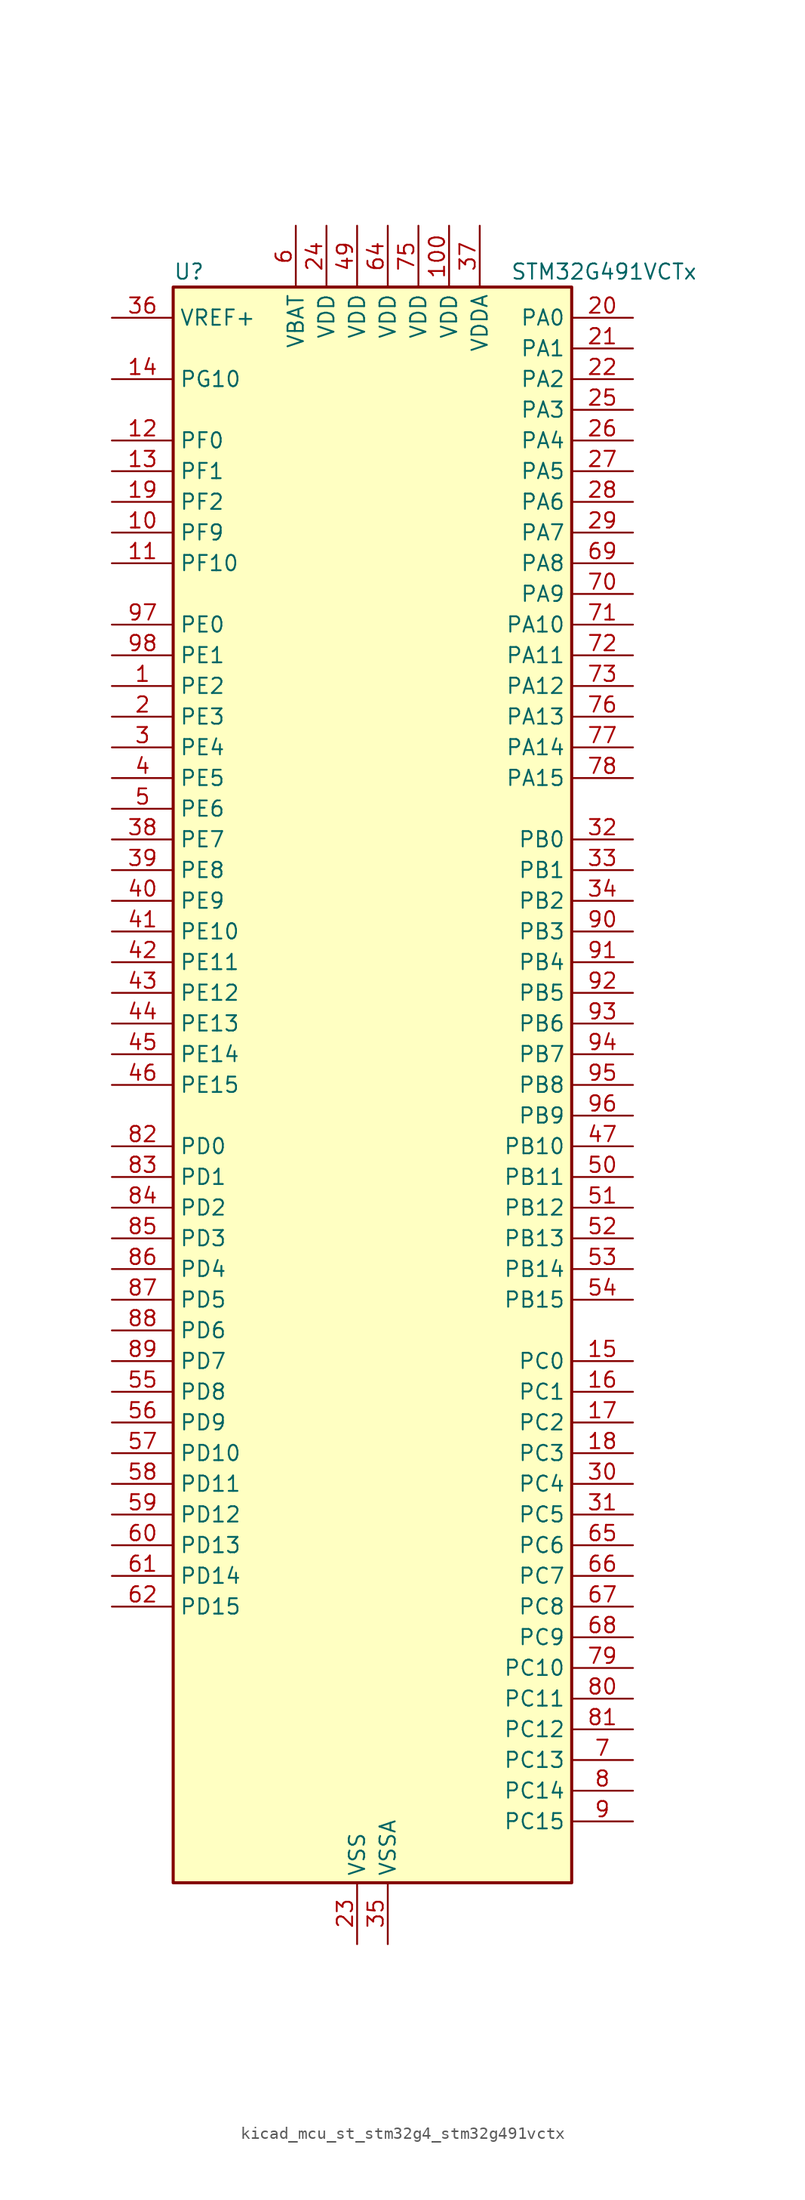
<source format=kicad_sym>
(kicad_symbol_lib
  (version 20220914)
  (generator kicad_symbol_editor)
  (symbol "kicad_mcu_st_stm32g4_stm32g491vctx"
    (property "Reference" "U"
      (at -15.24 67.31 0)
      (effects (font (size 1.27 1.27)) (justify left)))
    (property "Value" "STM32G491VCTx"
      (at 12.7 67.31 0)
      (effects (font (size 1.27 1.27)) (justify left)))
    (property "ki_locked" ""
      (at 0 0 0)
      (effects (font (size 1.27 1.27))))
    (symbol "kicad_mcu_st_stm32g4_stm32g491vctx_0_1"
      (rectangle (start -15.24 -66.04) (end 17.78 66.04) (stroke (width 0.254) (type default)) (fill (type background))))
    (symbol "kicad_mcu_st_stm32g4_stm32g491vctx_1_1"
      (pin bidirectional line (at -20.32 33.02 0) (length 5.08) (name "PE2" (effects (font (size 1.27 1.27)))) (number "1" (effects (font (size 1.27 1.27)))) (alternate "ADC3_EXTI2" bidirectional line) (alternate "SAI1_CK1" bidirectional line) (alternate "SAI1_MCLK_A" bidirectional line) (alternate "SYS_TRACECLK" bidirectional line) (alternate "TIM20_CH1" bidirectional line) (alternate "TIM3_CH1" bidirectional line))
      (pin bidirectional line (at -20.32 45.72 0) (length 5.08) (name "PF9" (effects (font (size 1.27 1.27)))) (number "10" (effects (font (size 1.27 1.27)))) (alternate "DAC1_EXTI9" bidirectional line) (alternate "DAC3_EXTI9" bidirectional line) (alternate "QUADSPI1_BK1_IO1" bidirectional line) (alternate "SAI1_FS_B" bidirectional line) (alternate "SPI2_SCK" bidirectional line) (alternate "TIM15_CH1" bidirectional line) (alternate "TIM20_BKIN" bidirectional line))
      (pin power_in line (at 7.62 71.12 270) (length 5.08) (name "VDD" (effects (font (size 1.27 1.27)))) (number "100" (effects (font (size 1.27 1.27)))))
      (pin bidirectional line (at -20.32 43.18 0) (length 5.08) (name "PF10" (effects (font (size 1.27 1.27)))) (number "11" (effects (font (size 1.27 1.27)))) (alternate "DAC1_EXTI10" bidirectional line) (alternate "DAC3_EXTI10" bidirectional line) (alternate "QUADSPI1_CLK" bidirectional line) (alternate "SAI1_D3" bidirectional line) (alternate "SPI2_SCK" bidirectional line) (alternate "TIM15_CH2" bidirectional line) (alternate "TIM20_BKIN2" bidirectional line))
      (pin bidirectional line (at -20.32 53.34 0) (length 5.08) (name "PF0" (effects (font (size 1.27 1.27)))) (number "12" (effects (font (size 1.27 1.27)))) (alternate "ADC1_IN10" bidirectional line) (alternate "I2C2_SDA" bidirectional line) (alternate "I2S2_WS" bidirectional line) (alternate "RCC_OSC_IN" bidirectional line) (alternate "SPI2_NSS" bidirectional line) (alternate "TIM1_CH3N" bidirectional line))
      (pin bidirectional line (at -20.32 50.8 0) (length 5.08) (name "PF1" (effects (font (size 1.27 1.27)))) (number "13" (effects (font (size 1.27 1.27)))) (alternate "ADC2_IN10" bidirectional line) (alternate "COMP3_INM" bidirectional line) (alternate "I2S2_CK" bidirectional line) (alternate "RCC_OSC_OUT" bidirectional line) (alternate "SPI2_SCK" bidirectional line))
      (pin bidirectional line (at -20.32 58.42 0) (length 5.08) (name "PG10" (effects (font (size 1.27 1.27)))) (number "14" (effects (font (size 1.27 1.27)))) (alternate "DAC1_EXTI10" bidirectional line) (alternate "DAC3_EXTI10" bidirectional line) (alternate "RCC_MCO" bidirectional line))
      (pin bidirectional line (at 22.86 -22.86 180) (length 5.08) (name "PC0" (effects (font (size 1.27 1.27)))) (number "15" (effects (font (size 1.27 1.27)))) (alternate "ADC1_IN6" bidirectional line) (alternate "ADC2_IN6" bidirectional line) (alternate "COMP3_INM" bidirectional line) (alternate "LPTIM1_IN1" bidirectional line) (alternate "LPUART1_RX" bidirectional line) (alternate "TIM1_CH1" bidirectional line))
      (pin bidirectional line (at 22.86 -25.4 180) (length 5.08) (name "PC1" (effects (font (size 1.27 1.27)))) (number "16" (effects (font (size 1.27 1.27)))) (alternate "ADC1_IN7" bidirectional line) (alternate "ADC2_IN7" bidirectional line) (alternate "COMP3_INP" bidirectional line) (alternate "LPTIM1_OUT" bidirectional line) (alternate "LPUART1_TX" bidirectional line) (alternate "QUADSPI1_BK2_IO0" bidirectional line) (alternate "SAI1_SD_A" bidirectional line) (alternate "TIM1_CH2" bidirectional line))
      (pin bidirectional line (at 22.86 -27.94 180) (length 5.08) (name "PC2" (effects (font (size 1.27 1.27)))) (number "17" (effects (font (size 1.27 1.27)))) (alternate "ADC1_IN8" bidirectional line) (alternate "ADC2_IN8" bidirectional line) (alternate "ADC3_EXTI2" bidirectional line) (alternate "COMP3_OUT" bidirectional line) (alternate "LPTIM1_IN2" bidirectional line) (alternate "QUADSPI1_BK2_IO1" bidirectional line) (alternate "TIM1_CH3" bidirectional line) (alternate "TIM20_CH2" bidirectional line))
      (pin bidirectional line (at 22.86 -30.48 180) (length 5.08) (name "PC3" (effects (font (size 1.27 1.27)))) (number "18" (effects (font (size 1.27 1.27)))) (alternate "ADC1_IN9" bidirectional line) (alternate "ADC2_IN9" bidirectional line) (alternate "ADC3_EXTI3" bidirectional line) (alternate "LPTIM1_ETR" bidirectional line) (alternate "QUADSPI1_BK2_IO2" bidirectional line) (alternate "SAI1_D1" bidirectional line) (alternate "SAI1_SD_A" bidirectional line) (alternate "TIM1_BKIN2" bidirectional line) (alternate "TIM1_CH4" bidirectional line))
      (pin bidirectional line (at -20.32 48.26 0) (length 5.08) (name "PF2" (effects (font (size 1.27 1.27)))) (number "19" (effects (font (size 1.27 1.27)))) (alternate "ADC3_EXTI2" bidirectional line) (alternate "I2C2_SMBA" bidirectional line) (alternate "TIM20_CH3" bidirectional line))
      (pin bidirectional line (at -20.32 30.48 0) (length 5.08) (name "PE3" (effects (font (size 1.27 1.27)))) (number "2" (effects (font (size 1.27 1.27)))) (alternate "ADC3_EXTI3" bidirectional line) (alternate "SAI1_SD_B" bidirectional line) (alternate "SYS_TRACED0" bidirectional line) (alternate "TIM20_CH2" bidirectional line) (alternate "TIM3_CH2" bidirectional line))
      (pin bidirectional line (at 22.86 63.5 180) (length 5.08) (name "PA0" (effects (font (size 1.27 1.27)))) (number "20" (effects (font (size 1.27 1.27)))) (alternate "ADC1_IN1" bidirectional line) (alternate "ADC2_IN1" bidirectional line) (alternate "COMP1_INM" bidirectional line) (alternate "COMP1_OUT" bidirectional line) (alternate "COMP3_INP" bidirectional line) (alternate "RTC_TAMP2" bidirectional line) (alternate "SYS_WKUP1" bidirectional line) (alternate "TIM2_CH1" bidirectional line) (alternate "TIM2_ETR" bidirectional line) (alternate "TIM8_BKIN" bidirectional line) (alternate "TIM8_ETR" bidirectional line) (alternate "USART2_CTS" bidirectional line) (alternate "USART2_NSS" bidirectional line))
      (pin bidirectional line (at 22.86 60.96 180) (length 5.08) (name "PA1" (effects (font (size 1.27 1.27)))) (number "21" (effects (font (size 1.27 1.27)))) (alternate "ADC1_IN2" bidirectional line) (alternate "ADC2_IN2" bidirectional line) (alternate "COMP1_INP" bidirectional line) (alternate "OPAMP1_VINP" bidirectional line) (alternate "OPAMP1_VINP_SEC" bidirectional line) (alternate "OPAMP3_VINP" bidirectional line) (alternate "OPAMP3_VINP_SEC" bidirectional line) (alternate "OPAMP6_VINM" bidirectional line) (alternate "OPAMP6_VINM0" bidirectional line) (alternate "OPAMP6_VINM_SEC" bidirectional line) (alternate "RTC_REFIN" bidirectional line) (alternate "TIM15_CH1N" bidirectional line) (alternate "TIM2_CH2" bidirectional line) (alternate "USART2_DE" bidirectional line) (alternate "USART2_RTS" bidirectional line))
      (pin bidirectional line (at 22.86 58.42 180) (length 5.08) (name "PA2" (effects (font (size 1.27 1.27)))) (number "22" (effects (font (size 1.27 1.27)))) (alternate "ADC1_IN3" bidirectional line) (alternate "ADC3_EXTI2" bidirectional line) (alternate "COMP2_INM" bidirectional line) (alternate "COMP2_OUT" bidirectional line) (alternate "LPUART1_TX" bidirectional line) (alternate "OPAMP1_VOUT" bidirectional line) (alternate "QUADSPI1_BK1_NCS" bidirectional line) (alternate "RCC_LSCO" bidirectional line) (alternate "SYS_WKUP4" bidirectional line) (alternate "TIM15_CH1" bidirectional line) (alternate "TIM2_CH3" bidirectional line) (alternate "UCPD1_FRSTX1" bidirectional line) (alternate "UCPD1_FRSTX2" bidirectional line) (alternate "USART2_TX" bidirectional line))
      (pin power_in line (at 0 -71.12 90) (length 5.08) (name "VSS" (effects (font (size 1.27 1.27)))) (number "23" (effects (font (size 1.27 1.27)))))
      (pin power_in line (at -2.54 71.12 270) (length 5.08) (name "VDD" (effects (font (size 1.27 1.27)))) (number "24" (effects (font (size 1.27 1.27)))))
      (pin bidirectional line (at 22.86 55.88 180) (length 5.08) (name "PA3" (effects (font (size 1.27 1.27)))) (number "25" (effects (font (size 1.27 1.27)))) (alternate "ADC1_IN4" bidirectional line) (alternate "ADC3_EXTI3" bidirectional line) (alternate "COMP2_INP" bidirectional line) (alternate "LPUART1_RX" bidirectional line) (alternate "OPAMP1_VINM" bidirectional line) (alternate "OPAMP1_VINM0" bidirectional line) (alternate "OPAMP1_VINM_SEC" bidirectional line) (alternate "OPAMP1_VINP" bidirectional line) (alternate "OPAMP1_VINP_SEC" bidirectional line) (alternate "QUADSPI1_CLK" bidirectional line) (alternate "SAI1_CK1" bidirectional line) (alternate "SAI1_MCLK_A" bidirectional line) (alternate "TIM15_CH2" bidirectional line) (alternate "TIM2_CH4" bidirectional line) (alternate "USART2_RX" bidirectional line))
      (pin bidirectional line (at 22.86 53.34 180) (length 5.08) (name "PA4" (effects (font (size 1.27 1.27)))) (number "26" (effects (font (size 1.27 1.27)))) (alternate "ADC2_IN17" bidirectional line) (alternate "COMP1_INM" bidirectional line) (alternate "DAC1_OUT1" bidirectional line) (alternate "I2S3_WS" bidirectional line) (alternate "SAI1_FS_B" bidirectional line) (alternate "SPI1_NSS" bidirectional line) (alternate "SPI3_NSS" bidirectional line) (alternate "TIM3_CH2" bidirectional line) (alternate "USART2_CK" bidirectional line))
      (pin bidirectional line (at 22.86 50.8 180) (length 5.08) (name "PA5" (effects (font (size 1.27 1.27)))) (number "27" (effects (font (size 1.27 1.27)))) (alternate "ADC2_IN13" bidirectional line) (alternate "COMP2_INM" bidirectional line) (alternate "DAC1_OUT2" bidirectional line) (alternate "OPAMP2_VINM" bidirectional line) (alternate "OPAMP2_VINM0" bidirectional line) (alternate "OPAMP2_VINM_SEC" bidirectional line) (alternate "SPI1_SCK" bidirectional line) (alternate "TIM2_CH1" bidirectional line) (alternate "TIM2_ETR" bidirectional line) (alternate "UCPD1_FRSTX1" bidirectional line) (alternate "UCPD1_FRSTX2" bidirectional line))
      (pin bidirectional line (at 22.86 48.26 180) (length 5.08) (name "PA6" (effects (font (size 1.27 1.27)))) (number "28" (effects (font (size 1.27 1.27)))) (alternate "ADC2_IN3" bidirectional line) (alternate "COMP1_OUT" bidirectional line) (alternate "LPUART1_CTS" bidirectional line) (alternate "OPAMP2_VOUT" bidirectional line) (alternate "QUADSPI1_BK1_IO3" bidirectional line) (alternate "SPI1_MISO" bidirectional line) (alternate "TIM16_CH1" bidirectional line) (alternate "TIM1_BKIN" bidirectional line) (alternate "TIM3_CH1" bidirectional line) (alternate "TIM8_BKIN" bidirectional line))
      (pin bidirectional line (at 22.86 45.72 180) (length 5.08) (name "PA7" (effects (font (size 1.27 1.27)))) (number "29" (effects (font (size 1.27 1.27)))) (alternate "ADC2_IN4" bidirectional line) (alternate "COMP2_INP" bidirectional line) (alternate "COMP2_OUT" bidirectional line) (alternate "OPAMP1_VINP" bidirectional line) (alternate "OPAMP1_VINP_SEC" bidirectional line) (alternate "OPAMP2_VINP" bidirectional line) (alternate "OPAMP2_VINP_SEC" bidirectional line) (alternate "QUADSPI1_BK1_IO2" bidirectional line) (alternate "SPI1_MOSI" bidirectional line) (alternate "TIM17_CH1" bidirectional line) (alternate "TIM1_CH1N" bidirectional line) (alternate "TIM3_CH2" bidirectional line) (alternate "TIM8_CH1N" bidirectional line) (alternate "UCPD1_FRSTX1" bidirectional line) (alternate "UCPD1_FRSTX2" bidirectional line))
      (pin bidirectional line (at -20.32 27.94 0) (length 5.08) (name "PE4" (effects (font (size 1.27 1.27)))) (number "3" (effects (font (size 1.27 1.27)))) (alternate "SAI1_D2" bidirectional line) (alternate "SAI1_FS_A" bidirectional line) (alternate "SYS_TRACED1" bidirectional line) (alternate "TIM20_CH1N" bidirectional line) (alternate "TIM3_CH3" bidirectional line))
      (pin bidirectional line (at 22.86 -33.02 180) (length 5.08) (name "PC4" (effects (font (size 1.27 1.27)))) (number "30" (effects (font (size 1.27 1.27)))) (alternate "ADC2_IN5" bidirectional line) (alternate "I2C2_SCL" bidirectional line) (alternate "QUADSPI1_BK2_IO3" bidirectional line) (alternate "TIM1_ETR" bidirectional line) (alternate "USART1_TX" bidirectional line))
      (pin bidirectional line (at 22.86 -35.56 180) (length 5.08) (name "PC5" (effects (font (size 1.27 1.27)))) (number "31" (effects (font (size 1.27 1.27)))) (alternate "ADC2_IN11" bidirectional line) (alternate "OPAMP1_VINM" bidirectional line) (alternate "OPAMP1_VINM1" bidirectional line) (alternate "OPAMP1_VINM_SEC" bidirectional line) (alternate "OPAMP2_VINM" bidirectional line) (alternate "OPAMP2_VINM1" bidirectional line) (alternate "OPAMP2_VINM_SEC" bidirectional line) (alternate "SAI1_D3" bidirectional line) (alternate "SYS_WKUP5" bidirectional line) (alternate "TIM15_BKIN" bidirectional line) (alternate "TIM1_CH4N" bidirectional line) (alternate "USART1_RX" bidirectional line))
      (pin bidirectional line (at 22.86 20.32 180) (length 5.08) (name "PB0" (effects (font (size 1.27 1.27)))) (number "32" (effects (font (size 1.27 1.27)))) (alternate "ADC1_IN15" bidirectional line) (alternate "ADC3_IN12" bidirectional line) (alternate "COMP4_INP" bidirectional line) (alternate "OPAMP2_VINP" bidirectional line) (alternate "OPAMP2_VINP_SEC" bidirectional line) (alternate "OPAMP3_VINP" bidirectional line) (alternate "OPAMP3_VINP_SEC" bidirectional line) (alternate "QUADSPI1_BK1_IO1" bidirectional line) (alternate "TIM1_CH2N" bidirectional line) (alternate "TIM3_CH3" bidirectional line) (alternate "TIM8_CH2N" bidirectional line) (alternate "UCPD1_FRSTX1" bidirectional line) (alternate "UCPD1_FRSTX2" bidirectional line))
      (pin bidirectional line (at 22.86 17.78 180) (length 5.08) (name "PB1" (effects (font (size 1.27 1.27)))) (number "33" (effects (font (size 1.27 1.27)))) (alternate "ADC1_IN12" bidirectional line) (alternate "ADC3_IN1" bidirectional line) (alternate "COMP1_INP" bidirectional line) (alternate "COMP4_OUT" bidirectional line) (alternate "LPUART1_DE" bidirectional line) (alternate "LPUART1_RTS" bidirectional line) (alternate "OPAMP3_VOUT" bidirectional line) (alternate "OPAMP6_VINM" bidirectional line) (alternate "OPAMP6_VINM1" bidirectional line) (alternate "OPAMP6_VINM_SEC" bidirectional line) (alternate "QUADSPI1_BK1_IO0" bidirectional line) (alternate "TIM1_CH3N" bidirectional line) (alternate "TIM3_CH4" bidirectional line) (alternate "TIM8_CH3N" bidirectional line))
      (pin bidirectional line (at 22.86 15.24 180) (length 5.08) (name "PB2" (effects (font (size 1.27 1.27)))) (number "34" (effects (font (size 1.27 1.27)))) (alternate "ADC2_IN12" bidirectional line) (alternate "ADC3_EXTI2" bidirectional line) (alternate "COMP4_INM" bidirectional line) (alternate "I2C3_SMBA" bidirectional line) (alternate "LPTIM1_OUT" bidirectional line) (alternate "OPAMP3_VINM" bidirectional line) (alternate "OPAMP3_VINM0" bidirectional line) (alternate "OPAMP3_VINM_SEC" bidirectional line) (alternate "QUADSPI1_BK2_IO1" bidirectional line) (alternate "RTC_OUT2" bidirectional line) (alternate "TIM20_CH1" bidirectional line))
      (pin power_in line (at 2.54 -71.12 90) (length 5.08) (name "VSSA" (effects (font (size 1.27 1.27)))) (number "35" (effects (font (size 1.27 1.27)))))
      (pin input line (at -20.32 63.5 0) (length 5.08) (name "VREF+" (effects (font (size 1.27 1.27)))) (number "36" (effects (font (size 1.27 1.27)))) (alternate "VREFBUF_OUT" bidirectional line))
      (pin power_in line (at 10.16 71.12 270) (length 5.08) (name "VDDA" (effects (font (size 1.27 1.27)))) (number "37" (effects (font (size 1.27 1.27)))))
      (pin bidirectional line (at -20.32 20.32 0) (length 5.08) (name "PE7" (effects (font (size 1.27 1.27)))) (number "38" (effects (font (size 1.27 1.27)))) (alternate "ADC3_IN4" bidirectional line) (alternate "COMP4_INP" bidirectional line) (alternate "SAI1_SD_B" bidirectional line) (alternate "TIM1_ETR" bidirectional line))
      (pin bidirectional line (at -20.32 17.78 0) (length 5.08) (name "PE8" (effects (font (size 1.27 1.27)))) (number "39" (effects (font (size 1.27 1.27)))) (alternate "ADC3_IN6" bidirectional line) (alternate "COMP4_INM" bidirectional line) (alternate "SAI1_SCK_B" bidirectional line) (alternate "TIM1_CH1N" bidirectional line))
      (pin bidirectional line (at -20.32 25.4 0) (length 5.08) (name "PE5" (effects (font (size 1.27 1.27)))) (number "4" (effects (font (size 1.27 1.27)))) (alternate "SAI1_CK2" bidirectional line) (alternate "SAI1_SCK_A" bidirectional line) (alternate "SYS_TRACED2" bidirectional line) (alternate "TIM20_CH2N" bidirectional line) (alternate "TIM3_CH4" bidirectional line))
      (pin bidirectional line (at -20.32 15.24 0) (length 5.08) (name "PE9" (effects (font (size 1.27 1.27)))) (number "40" (effects (font (size 1.27 1.27)))) (alternate "ADC3_IN2" bidirectional line) (alternate "DAC1_EXTI9" bidirectional line) (alternate "DAC3_EXTI9" bidirectional line) (alternate "SAI1_FS_B" bidirectional line) (alternate "TIM1_CH1" bidirectional line))
      (pin bidirectional line (at -20.32 12.7 0) (length 5.08) (name "PE10" (effects (font (size 1.27 1.27)))) (number "41" (effects (font (size 1.27 1.27)))) (alternate "ADC3_IN14" bidirectional line) (alternate "DAC1_EXTI10" bidirectional line) (alternate "DAC3_EXTI10" bidirectional line) (alternate "QUADSPI1_CLK" bidirectional line) (alternate "SAI1_MCLK_B" bidirectional line) (alternate "TIM1_CH2N" bidirectional line))
      (pin bidirectional line (at -20.32 10.16 0) (length 5.08) (name "PE11" (effects (font (size 1.27 1.27)))) (number "42" (effects (font (size 1.27 1.27)))) (alternate "ADC1_EXTI11" bidirectional line) (alternate "ADC2_EXTI11" bidirectional line) (alternate "ADC3_IN15" bidirectional line) (alternate "QUADSPI1_BK1_NCS" bidirectional line) (alternate "TIM1_CH2" bidirectional line))
      (pin bidirectional line (at -20.32 7.62 0) (length 5.08) (name "PE12" (effects (font (size 1.27 1.27)))) (number "43" (effects (font (size 1.27 1.27)))) (alternate "ADC3_IN16" bidirectional line) (alternate "QUADSPI1_BK1_IO0" bidirectional line) (alternate "TIM1_CH3N" bidirectional line))
      (pin bidirectional line (at -20.32 5.08 0) (length 5.08) (name "PE13" (effects (font (size 1.27 1.27)))) (number "44" (effects (font (size 1.27 1.27)))) (alternate "ADC3_IN3" bidirectional line) (alternate "QUADSPI1_BK1_IO1" bidirectional line) (alternate "TIM1_CH3" bidirectional line))
      (pin bidirectional line (at -20.32 2.54 0) (length 5.08) (name "PE14" (effects (font (size 1.27 1.27)))) (number "45" (effects (font (size 1.27 1.27)))) (alternate "QUADSPI1_BK1_IO2" bidirectional line) (alternate "TIM1_BKIN2" bidirectional line) (alternate "TIM1_CH4" bidirectional line))
      (pin bidirectional line (at -20.32 0 0) (length 5.08) (name "PE15" (effects (font (size 1.27 1.27)))) (number "46" (effects (font (size 1.27 1.27)))) (alternate "ADC1_EXTI15" bidirectional line) (alternate "ADC2_EXTI15" bidirectional line) (alternate "QUADSPI1_BK1_IO3" bidirectional line) (alternate "TIM1_BKIN" bidirectional line) (alternate "TIM1_CH4N" bidirectional line) (alternate "USART3_RX" bidirectional line))
      (pin bidirectional line (at 22.86 -5.08 180) (length 5.08) (name "PB10" (effects (font (size 1.27 1.27)))) (number "47" (effects (font (size 1.27 1.27)))) (alternate "DAC1_EXTI10" bidirectional line) (alternate "DAC3_EXTI10" bidirectional line) (alternate "LPUART1_RX" bidirectional line) (alternate "OPAMP3_VINM" bidirectional line) (alternate "OPAMP3_VINM1" bidirectional line) (alternate "OPAMP3_VINM_SEC" bidirectional line) (alternate "QUADSPI1_CLK" bidirectional line) (alternate "SAI1_SCK_A" bidirectional line) (alternate "TIM1_BKIN" bidirectional line) (alternate "TIM2_CH3" bidirectional line) (alternate "USART3_TX" bidirectional line))
      (pin passive line (at 0 -71.12 90) (length 5.08) hide (name "VSS" (effects (font (size 1.27 1.27)))) (number "48" (effects (font (size 1.27 1.27)))))
      (pin power_in line (at 0 71.12 270) (length 5.08) (name "VDD" (effects (font (size 1.27 1.27)))) (number "49" (effects (font (size 1.27 1.27)))))
      (pin bidirectional line (at -20.32 22.86 0) (length 5.08) (name "PE6" (effects (font (size 1.27 1.27)))) (number "5" (effects (font (size 1.27 1.27)))) (alternate "RTC_TAMP3" bidirectional line) (alternate "SAI1_D1" bidirectional line) (alternate "SAI1_SD_A" bidirectional line) (alternate "SYS_TRACED3" bidirectional line) (alternate "SYS_WKUP3" bidirectional line) (alternate "TIM20_CH3N" bidirectional line))
      (pin bidirectional line (at 22.86 -7.62 180) (length 5.08) (name "PB11" (effects (font (size 1.27 1.27)))) (number "50" (effects (font (size 1.27 1.27)))) (alternate "ADC1_EXTI11" bidirectional line) (alternate "ADC1_IN14" bidirectional line) (alternate "ADC2_EXTI11" bidirectional line) (alternate "ADC2_IN14" bidirectional line) (alternate "LPUART1_TX" bidirectional line) (alternate "OPAMP6_VOUT" bidirectional line) (alternate "QUADSPI1_BK1_NCS" bidirectional line) (alternate "TIM2_CH4" bidirectional line) (alternate "USART3_RX" bidirectional line))
      (pin bidirectional line (at 22.86 -10.16 180) (length 5.08) (name "PB12" (effects (font (size 1.27 1.27)))) (number "51" (effects (font (size 1.27 1.27)))) (alternate "ADC1_IN11" bidirectional line) (alternate "FDCAN2_RX" bidirectional line) (alternate "I2C2_SMBA" bidirectional line) (alternate "I2S2_WS" bidirectional line) (alternate "LPUART1_DE" bidirectional line) (alternate "LPUART1_RTS" bidirectional line) (alternate "OPAMP6_VINP" bidirectional line) (alternate "OPAMP6_VINP_SEC" bidirectional line) (alternate "SPI2_NSS" bidirectional line) (alternate "TIM1_BKIN" bidirectional line) (alternate "USART3_CK" bidirectional line))
      (pin bidirectional line (at 22.86 -12.7 180) (length 5.08) (name "PB13" (effects (font (size 1.27 1.27)))) (number "52" (effects (font (size 1.27 1.27)))) (alternate "ADC3_IN5" bidirectional line) (alternate "FDCAN2_TX" bidirectional line) (alternate "I2S2_CK" bidirectional line) (alternate "LPUART1_CTS" bidirectional line) (alternate "OPAMP3_VINP" bidirectional line) (alternate "OPAMP3_VINP_SEC" bidirectional line) (alternate "OPAMP6_VINP" bidirectional line) (alternate "OPAMP6_VINP_SEC" bidirectional line) (alternate "SPI2_SCK" bidirectional line) (alternate "TIM1_CH1N" bidirectional line) (alternate "USART3_CTS" bidirectional line) (alternate "USART3_NSS" bidirectional line))
      (pin bidirectional line (at 22.86 -15.24 180) (length 5.08) (name "PB14" (effects (font (size 1.27 1.27)))) (number "53" (effects (font (size 1.27 1.27)))) (alternate "ADC1_IN5" bidirectional line) (alternate "COMP4_OUT" bidirectional line) (alternate "OPAMP2_VINP" bidirectional line) (alternate "OPAMP2_VINP_SEC" bidirectional line) (alternate "SPI2_MISO" bidirectional line) (alternate "TIM15_CH1" bidirectional line) (alternate "TIM1_CH2N" bidirectional line) (alternate "USART3_DE" bidirectional line) (alternate "USART3_RTS" bidirectional line))
      (pin bidirectional line (at 22.86 -17.78 180) (length 5.08) (name "PB15" (effects (font (size 1.27 1.27)))) (number "54" (effects (font (size 1.27 1.27)))) (alternate "ADC1_EXTI15" bidirectional line) (alternate "ADC2_EXTI15" bidirectional line) (alternate "ADC2_IN15" bidirectional line) (alternate "COMP3_OUT" bidirectional line) (alternate "I2S2_SD" bidirectional line) (alternate "RTC_REFIN" bidirectional line) (alternate "SPI2_MOSI" bidirectional line) (alternate "TIM15_CH1N" bidirectional line) (alternate "TIM15_CH2" bidirectional line) (alternate "TIM1_CH3N" bidirectional line))
      (pin bidirectional line (at -20.32 -25.4 0) (length 5.08) (name "PD8" (effects (font (size 1.27 1.27)))) (number "55" (effects (font (size 1.27 1.27)))) (alternate "USART3_TX" bidirectional line))
      (pin bidirectional line (at -20.32 -27.94 0) (length 5.08) (name "PD9" (effects (font (size 1.27 1.27)))) (number "56" (effects (font (size 1.27 1.27)))) (alternate "DAC1_EXTI9" bidirectional line) (alternate "DAC3_EXTI9" bidirectional line) (alternate "OPAMP6_VINP" bidirectional line) (alternate "OPAMP6_VINP_SEC" bidirectional line) (alternate "USART3_RX" bidirectional line))
      (pin bidirectional line (at -20.32 -30.48 0) (length 5.08) (name "PD10" (effects (font (size 1.27 1.27)))) (number "57" (effects (font (size 1.27 1.27)))) (alternate "ADC3_IN7" bidirectional line) (alternate "DAC1_EXTI10" bidirectional line) (alternate "DAC3_EXTI10" bidirectional line) (alternate "USART3_CK" bidirectional line))
      (pin bidirectional line (at -20.32 -33.02 0) (length 5.08) (name "PD11" (effects (font (size 1.27 1.27)))) (number "58" (effects (font (size 1.27 1.27)))) (alternate "ADC1_EXTI11" bidirectional line) (alternate "ADC2_EXTI11" bidirectional line) (alternate "ADC3_IN8" bidirectional line) (alternate "USART3_CTS" bidirectional line) (alternate "USART3_NSS" bidirectional line))
      (pin bidirectional line (at -20.32 -35.56 0) (length 5.08) (name "PD12" (effects (font (size 1.27 1.27)))) (number "59" (effects (font (size 1.27 1.27)))) (alternate "ADC3_IN9" bidirectional line) (alternate "TIM4_CH1" bidirectional line) (alternate "USART3_DE" bidirectional line) (alternate "USART3_RTS" bidirectional line))
      (pin power_in line (at -5.08 71.12 270) (length 5.08) (name "VBAT" (effects (font (size 1.27 1.27)))) (number "6" (effects (font (size 1.27 1.27)))))
      (pin bidirectional line (at -20.32 -38.1 0) (length 5.08) (name "PD13" (effects (font (size 1.27 1.27)))) (number "60" (effects (font (size 1.27 1.27)))) (alternate "ADC3_IN10" bidirectional line) (alternate "TIM4_CH2" bidirectional line))
      (pin bidirectional line (at -20.32 -40.64 0) (length 5.08) (name "PD14" (effects (font (size 1.27 1.27)))) (number "61" (effects (font (size 1.27 1.27)))) (alternate "ADC3_IN11" bidirectional line) (alternate "OPAMP2_VINP" bidirectional line) (alternate "OPAMP2_VINP_SEC" bidirectional line) (alternate "TIM4_CH3" bidirectional line))
      (pin bidirectional line (at -20.32 -43.18 0) (length 5.08) (name "PD15" (effects (font (size 1.27 1.27)))) (number "62" (effects (font (size 1.27 1.27)))) (alternate "ADC1_EXTI15" bidirectional line) (alternate "ADC2_EXTI15" bidirectional line) (alternate "SPI2_NSS" bidirectional line) (alternate "TIM4_CH4" bidirectional line))
      (pin passive line (at 0 -71.12 90) (length 5.08) hide (name "VSS" (effects (font (size 1.27 1.27)))) (number "63" (effects (font (size 1.27 1.27)))))
      (pin power_in line (at 2.54 71.12 270) (length 5.08) (name "VDD" (effects (font (size 1.27 1.27)))) (number "64" (effects (font (size 1.27 1.27)))))
      (pin bidirectional line (at 22.86 -38.1 180) (length 5.08) (name "PC6" (effects (font (size 1.27 1.27)))) (number "65" (effects (font (size 1.27 1.27)))) (alternate "I2S2_MCK" bidirectional line) (alternate "TIM3_CH1" bidirectional line) (alternate "TIM8_CH1" bidirectional line))
      (pin bidirectional line (at 22.86 -40.64 180) (length 5.08) (name "PC7" (effects (font (size 1.27 1.27)))) (number "66" (effects (font (size 1.27 1.27)))) (alternate "I2S3_MCK" bidirectional line) (alternate "TIM3_CH2" bidirectional line) (alternate "TIM8_CH2" bidirectional line))
      (pin bidirectional line (at 22.86 -43.18 180) (length 5.08) (name "PC8" (effects (font (size 1.27 1.27)))) (number "67" (effects (font (size 1.27 1.27)))) (alternate "I2C3_SCL" bidirectional line) (alternate "TIM20_CH3" bidirectional line) (alternate "TIM3_CH3" bidirectional line) (alternate "TIM8_CH3" bidirectional line))
      (pin bidirectional line (at 22.86 -45.72 180) (length 5.08) (name "PC9" (effects (font (size 1.27 1.27)))) (number "68" (effects (font (size 1.27 1.27)))) (alternate "DAC1_EXTI9" bidirectional line) (alternate "DAC3_EXTI9" bidirectional line) (alternate "I2C3_SDA" bidirectional line) (alternate "I2S_CKIN" bidirectional line) (alternate "TIM3_CH4" bidirectional line) (alternate "TIM8_BKIN2" bidirectional line) (alternate "TIM8_CH4" bidirectional line))
      (pin bidirectional line (at 22.86 43.18 180) (length 5.08) (name "PA8" (effects (font (size 1.27 1.27)))) (number "69" (effects (font (size 1.27 1.27)))) (alternate "I2C2_SDA" bidirectional line) (alternate "I2C3_SCL" bidirectional line) (alternate "I2S2_MCK" bidirectional line) (alternate "RCC_MCO" bidirectional line) (alternate "SAI1_CK2" bidirectional line) (alternate "SAI1_SCK_A" bidirectional line) (alternate "TIM1_CH1" bidirectional line) (alternate "TIM4_ETR" bidirectional line) (alternate "USART1_CK" bidirectional line))
      (pin bidirectional line (at 22.86 -55.88 180) (length 5.08) (name "PC13" (effects (font (size 1.27 1.27)))) (number "7" (effects (font (size 1.27 1.27)))) (alternate "RTC_OUT1" bidirectional line) (alternate "RTC_TAMP1" bidirectional line) (alternate "RTC_TS" bidirectional line) (alternate "SYS_WKUP2" bidirectional line) (alternate "TIM1_BKIN" bidirectional line) (alternate "TIM1_CH1N" bidirectional line) (alternate "TIM8_CH4N" bidirectional line))
      (pin bidirectional line (at 22.86 40.64 180) (length 5.08) (name "PA9" (effects (font (size 1.27 1.27)))) (number "70" (effects (font (size 1.27 1.27)))) (alternate "DAC1_EXTI9" bidirectional line) (alternate "DAC3_EXTI9" bidirectional line) (alternate "I2C2_SCL" bidirectional line) (alternate "I2C3_SMBA" bidirectional line) (alternate "I2S3_MCK" bidirectional line) (alternate "SAI1_FS_A" bidirectional line) (alternate "TIM15_BKIN" bidirectional line) (alternate "TIM1_CH2" bidirectional line) (alternate "TIM2_CH3" bidirectional line) (alternate "UCPD1_DBCC1" bidirectional line) (alternate "USART1_TX" bidirectional line))
      (pin bidirectional line (at 22.86 38.1 180) (length 5.08) (name "PA10" (effects (font (size 1.27 1.27)))) (number "71" (effects (font (size 1.27 1.27)))) (alternate "CRS_SYNC" bidirectional line) (alternate "DAC1_EXTI10" bidirectional line) (alternate "DAC3_EXTI10" bidirectional line) (alternate "I2C2_SMBA" bidirectional line) (alternate "SAI1_D1" bidirectional line) (alternate "SAI1_SD_A" bidirectional line) (alternate "SPI2_MISO" bidirectional line) (alternate "TIM17_BKIN" bidirectional line) (alternate "TIM1_CH3" bidirectional line) (alternate "TIM2_CH4" bidirectional line) (alternate "TIM8_BKIN" bidirectional line) (alternate "UCPD1_DBCC2" bidirectional line) (alternate "USART1_RX" bidirectional line))
      (pin bidirectional line (at 22.86 35.56 180) (length 5.08) (name "PA11" (effects (font (size 1.27 1.27)))) (number "72" (effects (font (size 1.27 1.27)))) (alternate "ADC1_EXTI11" bidirectional line) (alternate "ADC2_EXTI11" bidirectional line) (alternate "COMP1_OUT" bidirectional line) (alternate "FDCAN1_RX" bidirectional line) (alternate "I2S2_SD" bidirectional line) (alternate "SPI2_MOSI" bidirectional line) (alternate "TIM1_BKIN2" bidirectional line) (alternate "TIM1_CH1N" bidirectional line) (alternate "TIM1_CH4" bidirectional line) (alternate "TIM4_CH1" bidirectional line) (alternate "USART1_CTS" bidirectional line) (alternate "USART1_NSS" bidirectional line) (alternate "USB_DM" bidirectional line))
      (pin bidirectional line (at 22.86 33.02 180) (length 5.08) (name "PA12" (effects (font (size 1.27 1.27)))) (number "73" (effects (font (size 1.27 1.27)))) (alternate "COMP2_OUT" bidirectional line) (alternate "FDCAN1_TX" bidirectional line) (alternate "I2S_CKIN" bidirectional line) (alternate "TIM16_CH1" bidirectional line) (alternate "TIM1_CH2N" bidirectional line) (alternate "TIM1_ETR" bidirectional line) (alternate "TIM4_CH2" bidirectional line) (alternate "USART1_DE" bidirectional line) (alternate "USART1_RTS" bidirectional line) (alternate "USB_DP" bidirectional line))
      (pin passive line (at 0 -71.12 90) (length 5.08) hide (name "VSS" (effects (font (size 1.27 1.27)))) (number "74" (effects (font (size 1.27 1.27)))))
      (pin power_in line (at 5.08 71.12 270) (length 5.08) (name "VDD" (effects (font (size 1.27 1.27)))) (number "75" (effects (font (size 1.27 1.27)))))
      (pin bidirectional line (at 22.86 30.48 180) (length 5.08) (name "PA13" (effects (font (size 1.27 1.27)))) (number "76" (effects (font (size 1.27 1.27)))) (alternate "I2C1_SCL" bidirectional line) (alternate "IR_OUT" bidirectional line) (alternate "SAI1_SD_B" bidirectional line) (alternate "SYS_JTMS-SWDIO" bidirectional line) (alternate "TIM16_CH1N" bidirectional line) (alternate "TIM4_CH3" bidirectional line) (alternate "USART3_CTS" bidirectional line) (alternate "USART3_NSS" bidirectional line))
      (pin bidirectional line (at 22.86 27.94 180) (length 5.08) (name "PA14" (effects (font (size 1.27 1.27)))) (number "77" (effects (font (size 1.27 1.27)))) (alternate "I2C1_SDA" bidirectional line) (alternate "LPTIM1_OUT" bidirectional line) (alternate "SAI1_FS_B" bidirectional line) (alternate "SYS_JTCK-SWCLK" bidirectional line) (alternate "TIM1_BKIN" bidirectional line) (alternate "TIM8_CH2" bidirectional line) (alternate "USART2_TX" bidirectional line))
      (pin bidirectional line (at 22.86 25.4 180) (length 5.08) (name "PA15" (effects (font (size 1.27 1.27)))) (number "78" (effects (font (size 1.27 1.27)))) (alternate "ADC1_EXTI15" bidirectional line) (alternate "ADC2_EXTI15" bidirectional line) (alternate "I2C1_SCL" bidirectional line) (alternate "I2S3_WS" bidirectional line) (alternate "SPI1_NSS" bidirectional line) (alternate "SPI3_NSS" bidirectional line) (alternate "SYS_JTDI" bidirectional line) (alternate "TIM1_BKIN" bidirectional line) (alternate "TIM20_ETR" bidirectional line) (alternate "TIM2_CH1" bidirectional line) (alternate "TIM2_ETR" bidirectional line) (alternate "TIM8_CH1" bidirectional line) (alternate "UART4_DE" bidirectional line) (alternate "UART4_RTS" bidirectional line) (alternate "USART2_RX" bidirectional line))
      (pin bidirectional line (at 22.86 -48.26 180) (length 5.08) (name "PC10" (effects (font (size 1.27 1.27)))) (number "79" (effects (font (size 1.27 1.27)))) (alternate "DAC1_EXTI10" bidirectional line) (alternate "DAC3_EXTI10" bidirectional line) (alternate "I2S3_CK" bidirectional line) (alternate "SPI3_SCK" bidirectional line) (alternate "TIM8_CH1N" bidirectional line) (alternate "UART4_TX" bidirectional line) (alternate "USART3_TX" bidirectional line))
      (pin bidirectional line (at 22.86 -58.42 180) (length 5.08) (name "PC14" (effects (font (size 1.27 1.27)))) (number "8" (effects (font (size 1.27 1.27)))) (alternate "RCC_OSC32_IN" bidirectional line))
      (pin bidirectional line (at 22.86 -50.8 180) (length 5.08) (name "PC11" (effects (font (size 1.27 1.27)))) (number "80" (effects (font (size 1.27 1.27)))) (alternate "ADC1_EXTI11" bidirectional line) (alternate "ADC2_EXTI11" bidirectional line) (alternate "I2C3_SDA" bidirectional line) (alternate "SPI3_MISO" bidirectional line) (alternate "TIM8_CH2N" bidirectional line) (alternate "UART4_RX" bidirectional line) (alternate "USART3_RX" bidirectional line))
      (pin bidirectional line (at 22.86 -53.34 180) (length 5.08) (name "PC12" (effects (font (size 1.27 1.27)))) (number "81" (effects (font (size 1.27 1.27)))) (alternate "I2S3_SD" bidirectional line) (alternate "SPI3_MOSI" bidirectional line) (alternate "TIM8_CH3N" bidirectional line) (alternate "UART5_TX" bidirectional line) (alternate "UCPD1_FRSTX1" bidirectional line) (alternate "UCPD1_FRSTX2" bidirectional line) (alternate "USART3_CK" bidirectional line))
      (pin bidirectional line (at -20.32 -5.08 0) (length 5.08) (name "PD0" (effects (font (size 1.27 1.27)))) (number "82" (effects (font (size 1.27 1.27)))) (alternate "FDCAN1_RX" bidirectional line) (alternate "TIM8_CH4N" bidirectional line))
      (pin bidirectional line (at -20.32 -7.62 0) (length 5.08) (name "PD1" (effects (font (size 1.27 1.27)))) (number "83" (effects (font (size 1.27 1.27)))) (alternate "FDCAN1_TX" bidirectional line) (alternate "TIM8_BKIN2" bidirectional line) (alternate "TIM8_CH4" bidirectional line))
      (pin bidirectional line (at -20.32 -10.16 0) (length 5.08) (name "PD2" (effects (font (size 1.27 1.27)))) (number "84" (effects (font (size 1.27 1.27)))) (alternate "ADC3_EXTI2" bidirectional line) (alternate "TIM3_ETR" bidirectional line) (alternate "TIM8_BKIN" bidirectional line) (alternate "UART5_RX" bidirectional line))
      (pin bidirectional line (at -20.32 -12.7 0) (length 5.08) (name "PD3" (effects (font (size 1.27 1.27)))) (number "85" (effects (font (size 1.27 1.27)))) (alternate "ADC3_EXTI3" bidirectional line) (alternate "QUADSPI1_BK2_NCS" bidirectional line) (alternate "TIM2_CH1" bidirectional line) (alternate "TIM2_ETR" bidirectional line) (alternate "USART2_CTS" bidirectional line) (alternate "USART2_NSS" bidirectional line))
      (pin bidirectional line (at -20.32 -15.24 0) (length 5.08) (name "PD4" (effects (font (size 1.27 1.27)))) (number "86" (effects (font (size 1.27 1.27)))) (alternate "QUADSPI1_BK2_IO0" bidirectional line) (alternate "TIM2_CH2" bidirectional line) (alternate "USART2_DE" bidirectional line) (alternate "USART2_RTS" bidirectional line))
      (pin bidirectional line (at -20.32 -17.78 0) (length 5.08) (name "PD5" (effects (font (size 1.27 1.27)))) (number "87" (effects (font (size 1.27 1.27)))) (alternate "QUADSPI1_BK2_IO1" bidirectional line) (alternate "USART2_TX" bidirectional line))
      (pin bidirectional line (at -20.32 -20.32 0) (length 5.08) (name "PD6" (effects (font (size 1.27 1.27)))) (number "88" (effects (font (size 1.27 1.27)))) (alternate "QUADSPI1_BK2_IO2" bidirectional line) (alternate "SAI1_D1" bidirectional line) (alternate "SAI1_SD_A" bidirectional line) (alternate "TIM2_CH4" bidirectional line) (alternate "USART2_RX" bidirectional line))
      (pin bidirectional line (at -20.32 -22.86 0) (length 5.08) (name "PD7" (effects (font (size 1.27 1.27)))) (number "89" (effects (font (size 1.27 1.27)))) (alternate "QUADSPI1_BK2_IO3" bidirectional line) (alternate "TIM2_CH3" bidirectional line) (alternate "USART2_CK" bidirectional line))
      (pin bidirectional line (at 22.86 -60.96 180) (length 5.08) (name "PC15" (effects (font (size 1.27 1.27)))) (number "9" (effects (font (size 1.27 1.27)))) (alternate "ADC1_EXTI15" bidirectional line) (alternate "ADC2_EXTI15" bidirectional line) (alternate "RCC_OSC32_OUT" bidirectional line))
      (pin bidirectional line (at 22.86 12.7 180) (length 5.08) (name "PB3" (effects (font (size 1.27 1.27)))) (number "90" (effects (font (size 1.27 1.27)))) (alternate "ADC3_EXTI3" bidirectional line) (alternate "CRS_SYNC" bidirectional line) (alternate "I2S3_CK" bidirectional line) (alternate "SAI1_SCK_B" bidirectional line) (alternate "SPI1_SCK" bidirectional line) (alternate "SPI3_SCK" bidirectional line) (alternate "SYS_JTDO-SWO" bidirectional line) (alternate "TIM2_CH2" bidirectional line) (alternate "TIM3_ETR" bidirectional line) (alternate "TIM4_ETR" bidirectional line) (alternate "TIM8_CH1N" bidirectional line) (alternate "USART2_TX" bidirectional line))
      (pin bidirectional line (at 22.86 10.16 180) (length 5.08) (name "PB4" (effects (font (size 1.27 1.27)))) (number "91" (effects (font (size 1.27 1.27)))) (alternate "SAI1_MCLK_B" bidirectional line) (alternate "SPI1_MISO" bidirectional line) (alternate "SPI3_MISO" bidirectional line) (alternate "SYS_JTRST" bidirectional line) (alternate "TIM16_CH1" bidirectional line) (alternate "TIM17_BKIN" bidirectional line) (alternate "TIM3_CH1" bidirectional line) (alternate "TIM8_CH2N" bidirectional line) (alternate "UART5_DE" bidirectional line) (alternate "UART5_RTS" bidirectional line) (alternate "UCPD1_CC2" bidirectional line) (alternate "USART2_RX" bidirectional line))
      (pin bidirectional line (at 22.86 7.62 180) (length 5.08) (name "PB5" (effects (font (size 1.27 1.27)))) (number "92" (effects (font (size 1.27 1.27)))) (alternate "FDCAN2_RX" bidirectional line) (alternate "I2C1_SMBA" bidirectional line) (alternate "I2C3_SDA" bidirectional line) (alternate "I2S3_SD" bidirectional line) (alternate "LPTIM1_IN1" bidirectional line) (alternate "SAI1_SD_B" bidirectional line) (alternate "SPI1_MOSI" bidirectional line) (alternate "SPI3_MOSI" bidirectional line) (alternate "TIM16_BKIN" bidirectional line) (alternate "TIM17_CH1" bidirectional line) (alternate "TIM3_CH2" bidirectional line) (alternate "TIM8_CH3N" bidirectional line) (alternate "UART5_CTS" bidirectional line) (alternate "USART2_CK" bidirectional line))
      (pin bidirectional line (at 22.86 5.08 180) (length 5.08) (name "PB6" (effects (font (size 1.27 1.27)))) (number "93" (effects (font (size 1.27 1.27)))) (alternate "COMP4_OUT" bidirectional line) (alternate "FDCAN2_TX" bidirectional line) (alternate "LPTIM1_ETR" bidirectional line) (alternate "SAI1_FS_B" bidirectional line) (alternate "TIM16_CH1N" bidirectional line) (alternate "TIM4_CH1" bidirectional line) (alternate "TIM8_BKIN2" bidirectional line) (alternate "TIM8_CH1" bidirectional line) (alternate "TIM8_ETR" bidirectional line) (alternate "UCPD1_CC1" bidirectional line) (alternate "USART1_TX" bidirectional line))
      (pin bidirectional line (at 22.86 2.54 180) (length 5.08) (name "PB7" (effects (font (size 1.27 1.27)))) (number "94" (effects (font (size 1.27 1.27)))) (alternate "COMP3_OUT" bidirectional line) (alternate "I2C1_SDA" bidirectional line) (alternate "LPTIM1_IN2" bidirectional line) (alternate "SYS_PVD_IN" bidirectional line) (alternate "TIM17_CH1N" bidirectional line) (alternate "TIM3_CH4" bidirectional line) (alternate "TIM4_CH2" bidirectional line) (alternate "TIM8_BKIN" bidirectional line) (alternate "UART4_CTS" bidirectional line) (alternate "USART1_RX" bidirectional line))
      (pin bidirectional line (at 22.86 0 180) (length 5.08) (name "PB8" (effects (font (size 1.27 1.27)))) (number "95" (effects (font (size 1.27 1.27)))) (alternate "COMP1_OUT" bidirectional line) (alternate "FDCAN1_RX" bidirectional line) (alternate "I2C1_SCL" bidirectional line) (alternate "SAI1_CK1" bidirectional line) (alternate "SAI1_MCLK_A" bidirectional line) (alternate "TIM16_CH1" bidirectional line) (alternate "TIM1_BKIN" bidirectional line) (alternate "TIM4_CH3" bidirectional line) (alternate "TIM8_CH2" bidirectional line) (alternate "USART3_RX" bidirectional line))
      (pin bidirectional line (at 22.86 -2.54 180) (length 5.08) (name "PB9" (effects (font (size 1.27 1.27)))) (number "96" (effects (font (size 1.27 1.27)))) (alternate "COMP2_OUT" bidirectional line) (alternate "DAC1_EXTI9" bidirectional line) (alternate "DAC3_EXTI9" bidirectional line) (alternate "FDCAN1_TX" bidirectional line) (alternate "I2C1_SDA" bidirectional line) (alternate "IR_OUT" bidirectional line) (alternate "SAI1_D2" bidirectional line) (alternate "SAI1_FS_A" bidirectional line) (alternate "TIM17_CH1" bidirectional line) (alternate "TIM1_CH3N" bidirectional line) (alternate "TIM4_CH4" bidirectional line) (alternate "TIM8_CH3" bidirectional line) (alternate "USART3_TX" bidirectional line))
      (pin bidirectional line (at -20.32 38.1 0) (length 5.08) (name "PE0" (effects (font (size 1.27 1.27)))) (number "97" (effects (font (size 1.27 1.27)))) (alternate "TIM16_CH1" bidirectional line) (alternate "TIM20_CH4N" bidirectional line) (alternate "TIM20_ETR" bidirectional line) (alternate "TIM4_ETR" bidirectional line) (alternate "USART1_TX" bidirectional line))
      (pin bidirectional line (at -20.32 35.56 0) (length 5.08) (name "PE1" (effects (font (size 1.27 1.27)))) (number "98" (effects (font (size 1.27 1.27)))) (alternate "TIM17_CH1" bidirectional line) (alternate "TIM20_CH4" bidirectional line) (alternate "USART1_RX" bidirectional line))
      (pin passive line (at 0 -71.12 90) (length 5.08) hide (name "VSS" (effects (font (size 1.27 1.27)))) (number "99" (effects (font (size 1.27 1.27))))))))
</source>
